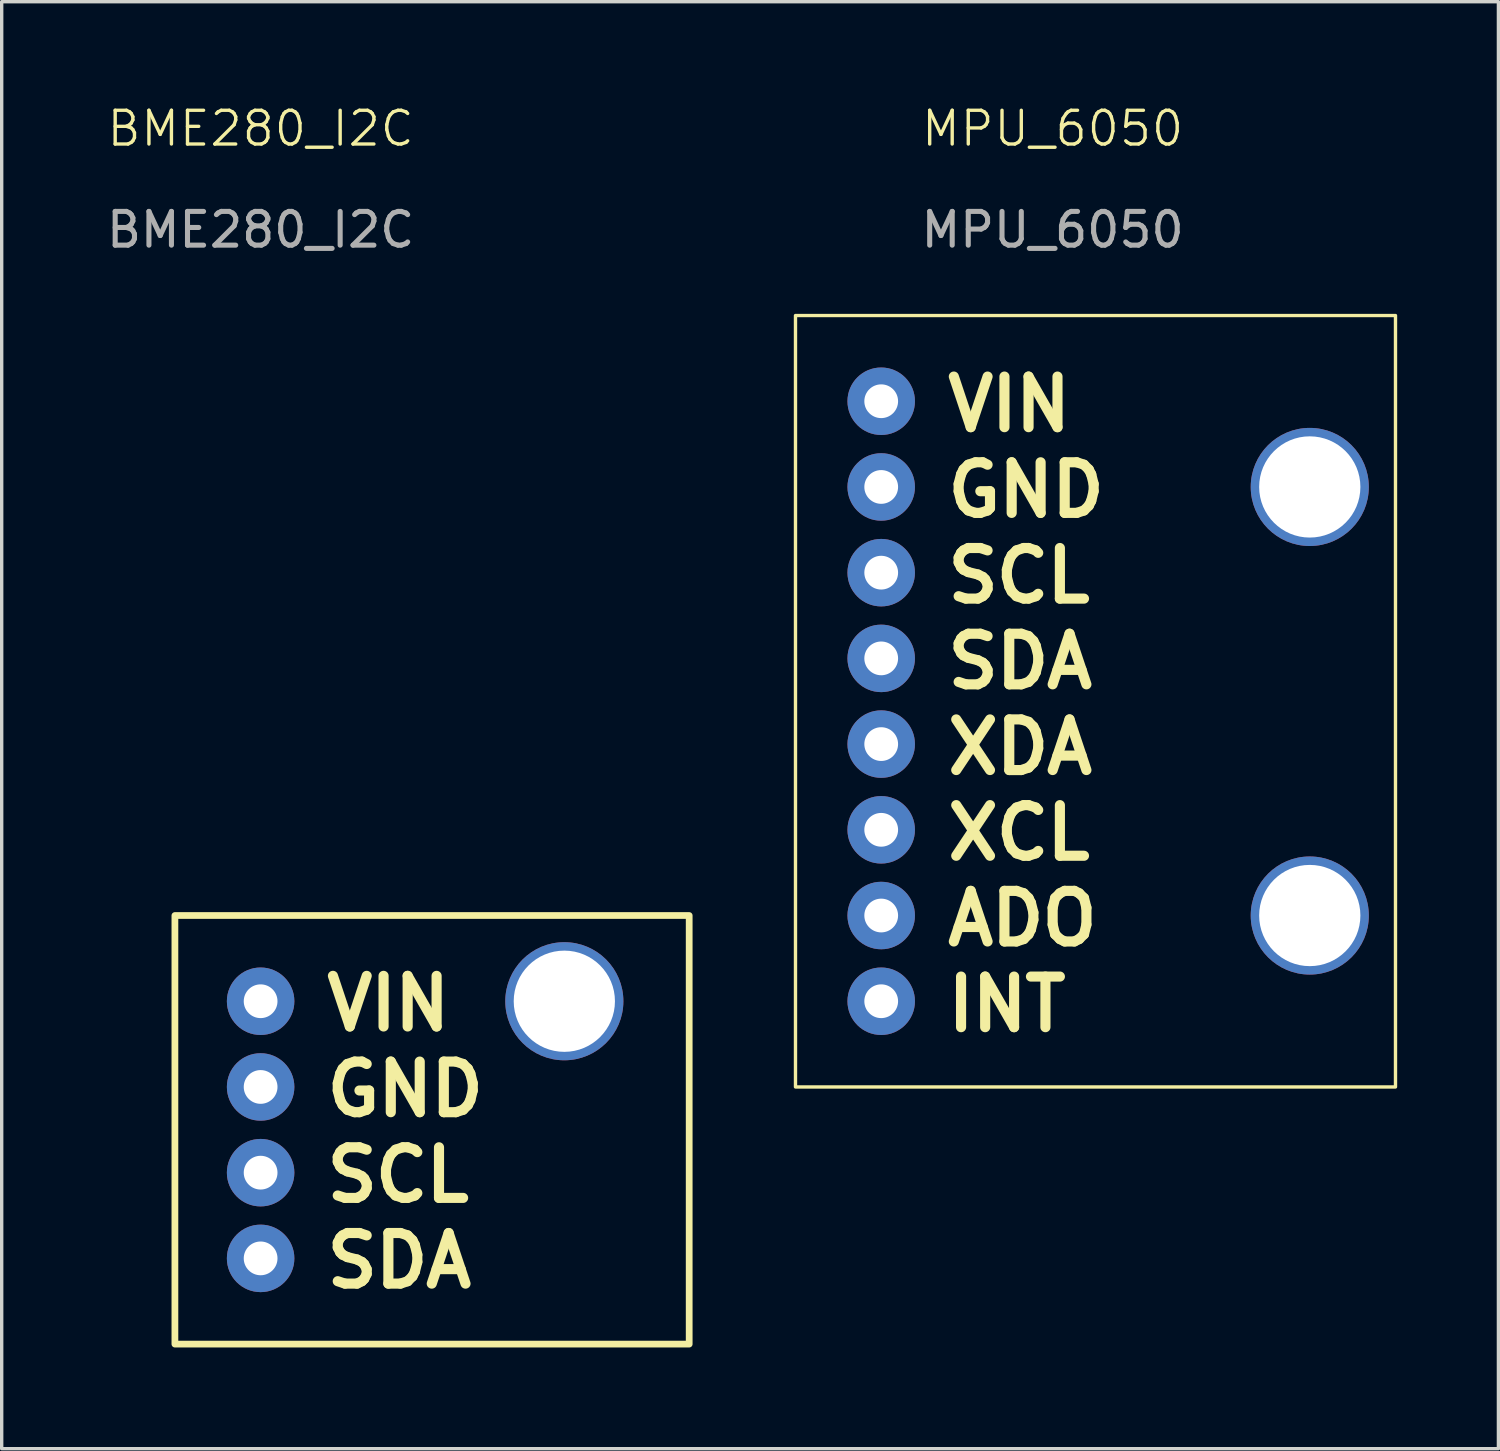
<source format=kicad_pcb>
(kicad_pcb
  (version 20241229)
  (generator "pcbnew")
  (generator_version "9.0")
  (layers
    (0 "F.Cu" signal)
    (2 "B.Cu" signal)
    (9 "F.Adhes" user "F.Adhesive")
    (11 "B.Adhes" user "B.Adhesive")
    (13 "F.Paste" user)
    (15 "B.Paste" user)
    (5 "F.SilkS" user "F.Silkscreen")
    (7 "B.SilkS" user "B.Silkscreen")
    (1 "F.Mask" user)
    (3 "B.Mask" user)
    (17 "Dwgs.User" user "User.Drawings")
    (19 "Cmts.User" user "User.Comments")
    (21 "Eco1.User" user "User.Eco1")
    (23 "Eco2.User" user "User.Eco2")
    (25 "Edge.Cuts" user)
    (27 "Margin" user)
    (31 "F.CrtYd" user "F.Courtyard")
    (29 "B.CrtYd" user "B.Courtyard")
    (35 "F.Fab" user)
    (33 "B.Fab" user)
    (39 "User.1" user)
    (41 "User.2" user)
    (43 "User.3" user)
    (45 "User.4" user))
  (footprint "MPU_6050"
    (layer "F.Cu")
    (at 23.063 26.62)
    (property "Reference" "MPU_6050" (at 5.08 -25.86 0) (unlocked yes) (layer "F.SilkS") (effects (font (size 1 1) (thickness 0.1))))
    (attr through_hole)
    (fp_rect (start -2.54 -20.32) (end 15.24 2.54) (stroke (width 0.1) (type default)) (fill no) (layer "F.SilkS"))
    (fp_text user "GND" (at 1.812 -14.272 0) (unlocked yes) (layer "F.SilkS") (effects (font (size 1.5 1.5) (thickness 0.3) (bold yes)) (justify left bottom)))
    (fp_text user "ADO" (at 1.812 -1.572 0) (unlocked yes) (layer "F.SilkS") (effects (font (size 1.5 1.5) (thickness 0.3) (bold yes)) (justify left bottom)))
    (fp_text user "SDA" (at 1.812 -9.192 0) (unlocked yes) (layer "F.SilkS") (effects (font (size 1.5 1.5) (thickness 0.3) (bold yes)) (justify left bottom)))
    (fp_text user "XDA" (at 1.812 -6.652 0) (unlocked yes) (layer "F.SilkS") (effects (font (size 1.5 1.5) (thickness 0.3) (bold yes)) (justify left bottom)))
    (fp_text user "VIN" (at 1.812 -16.812 0) (unlocked yes) (layer "F.SilkS") (effects (font (size 1.5 1.5) (thickness 0.3) (bold yes)) (justify left bottom)))
    (fp_text user "INT" (at 1.812 0.968 0) (unlocked yes) (layer "F.SilkS") (effects (font (size 1.5 1.5) (thickness 0.3) (bold yes)) (justify left bottom)))
    (fp_text user "XCL" (at 1.812 -4.112 0) (unlocked yes) (layer "F.SilkS") (effects (font (size 1.5 1.5) (thickness 0.3) (bold yes)) (justify left bottom)))
    (fp_text user "SCL" (at 1.812 -11.732 0) (unlocked yes) (layer "F.SilkS") (effects (font (size 1.5 1.5) (thickness 0.3) (bold yes)) (justify left bottom)))
    (fp_text user "${REFERENCE}" (at 5.08 -22.86 0) (unlocked yes) (layer "F.Fab") (effects (font (size 1 1) (thickness 0.15))))
    (pad "" thru_hole circle (at 12.7 -15.24) (size 3.5 3.5) (drill 3) (layers "*.Cu" "*.Mask"))
    (pad "" thru_hole circle (at 12.7 -2.54) (size 3.5 3.5) (drill 3) (layers "*.Cu" "*.Mask"))
    (pad "1" thru_hole circle (at 0 -17.78) (size 2 2) (drill 1) (layers "*.Cu" "*.Mask"))
    (pad "2" thru_hole circle (at 0 -15.24) (size 2 2) (drill 1) (layers "*.Cu" "*.Mask"))
    (pad "3" thru_hole circle (at 0 -12.7) (size 2 2) (drill 1) (layers "*.Cu" "*.Mask"))
    (pad "4" thru_hole circle (at 0 -10.16) (size 2 2) (drill 1) (layers "*.Cu" "*.Mask"))
    (pad "5" thru_hole circle (at 0 -7.62) (size 2 2) (drill 1) (layers "*.Cu" "*.Mask"))
    (pad "6" thru_hole circle (at 0 -5.08) (size 2 2) (drill 1) (layers "*.Cu" "*.Mask"))
    (pad "7" thru_hole circle (at 0 -2.54) (size 2 2) (drill 1) (layers "*.Cu" "*.Mask"))
    (pad "8" thru_hole circle (at 0 0) (size 2 2) (drill 1) (layers "*.Cu" "*.Mask")))
  (footprint "BME280_I2C"
    (layer "F.Cu")
    (at 4.673 26.62)
    (property "Reference" "BME280_I2C" (at 0 -25.86 0) (unlocked yes) (layer "F.SilkS") (effects (font (size 1 1) (thickness 0.1))))
    (attr through_hole)
    (fp_rect (start -2.54 -2.54) (end 12.7 10.16) (stroke (width 0.2) (type default)) (fill no) (layer "F.SilkS"))
    (fp_text user "GND" (at 1.803 3.487 0) (unlocked yes) (layer "F.SilkS") (effects (font (size 1.5 1.5) (thickness 0.3) (bold yes)) (justify left bottom)))
    (fp_text user "SCL" (at 1.803 6.027 0) (unlocked yes) (layer "F.SilkS") (effects (font (size 1.5 1.5) (thickness 0.3) (bold yes)) (justify left bottom)))
    (fp_text user "SDA" (at 1.803 8.567 0) (unlocked yes) (layer "F.SilkS") (effects (font (size 1.5 1.5) (thickness 0.3) (bold yes)) (justify left bottom)))
    (fp_text user "VIN" (at 1.803 0.947 0) (unlocked yes) (layer "F.SilkS") (effects (font (size 1.5 1.5) (thickness 0.3) (bold yes)) (justify left bottom)))
    (fp_text user "${REFERENCE}" (at 0 -22.86 0) (unlocked yes) (layer "F.Fab") (effects (font (size 1 1) (thickness 0.15))))
    (pad "" thru_hole circle (at 9 0) (size 3.5 3.5) (drill 3) (layers "*.Cu" "*.Mask"))
    (pad "1" thru_hole circle (at 0 0) (size 2 2) (drill 1) (layers "*.Cu" "*.Mask"))
    (pad "2" thru_hole circle (at 0 2.54) (size 2 2) (drill 1) (layers "*.Cu" "*.Mask"))
    (pad "3" thru_hole circle (at 0 5.08) (size 2 2) (drill 1) (layers "*.Cu" "*.Mask"))
    (pad "4" thru_hole circle (at 0 7.62) (size 2 2) (drill 1) (layers "*.Cu" "*.Mask")))
  (gr_rect
    (start -3 -3)
    (end 41.353 39.88)
    (stroke (width 0.1) (type default))
    (fill no)
    (layer "Edge.Cuts")))
</source>
